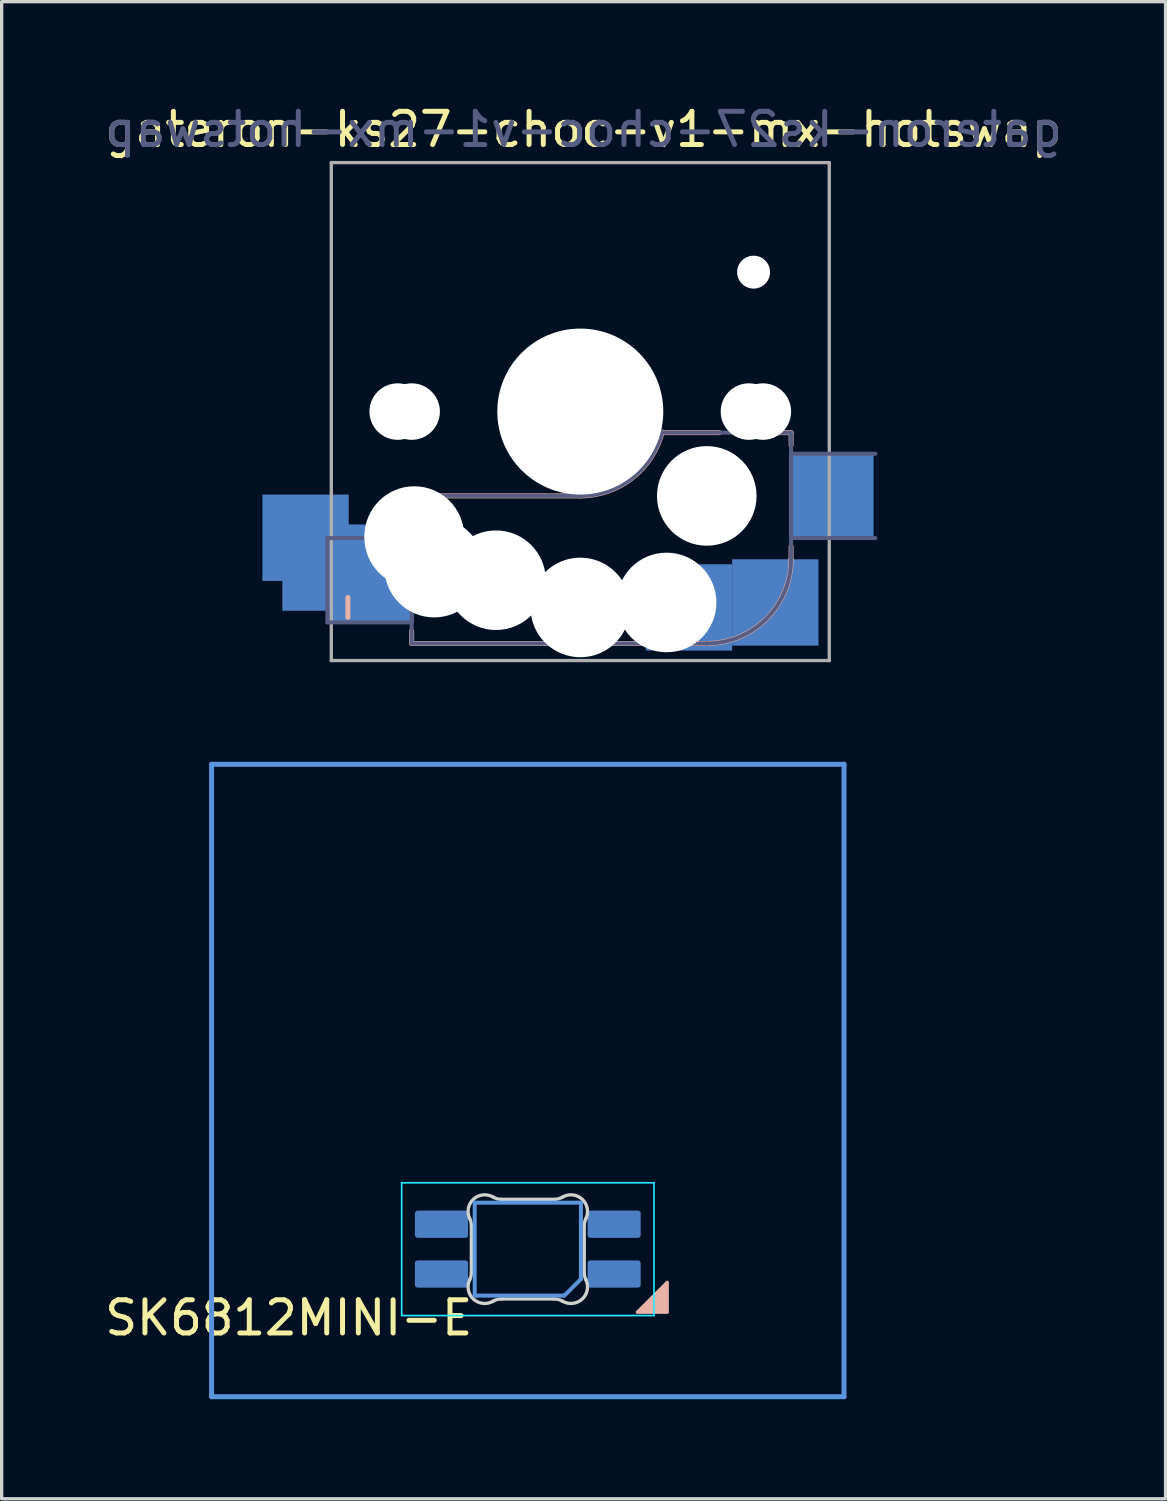
<source format=kicad_pcb>
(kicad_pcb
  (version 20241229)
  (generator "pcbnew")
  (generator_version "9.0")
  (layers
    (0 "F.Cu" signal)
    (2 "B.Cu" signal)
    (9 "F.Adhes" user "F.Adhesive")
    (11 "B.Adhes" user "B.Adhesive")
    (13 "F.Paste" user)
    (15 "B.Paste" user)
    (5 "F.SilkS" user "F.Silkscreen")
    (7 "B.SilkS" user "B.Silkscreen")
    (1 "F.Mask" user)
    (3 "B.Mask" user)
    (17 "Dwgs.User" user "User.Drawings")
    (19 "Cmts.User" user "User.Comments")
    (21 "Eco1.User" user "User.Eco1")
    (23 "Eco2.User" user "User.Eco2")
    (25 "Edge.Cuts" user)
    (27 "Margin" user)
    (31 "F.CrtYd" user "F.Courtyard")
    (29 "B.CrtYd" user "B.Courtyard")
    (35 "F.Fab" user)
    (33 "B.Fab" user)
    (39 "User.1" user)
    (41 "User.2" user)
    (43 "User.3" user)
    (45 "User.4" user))
  (footprint "gateron-ks27-choc-v1-mx-hotswap"
    (layer "F.Cu")
    (at 14.43 9.348)
    (property "Reference" "gateron-ks27-choc-v1-mx-hotswap" (at 0.1 -8.5 0) (unlocked yes) (layer "F.SilkS") (effects (font (size 1 1) (thickness 0.15))))
    (attr through_hole)
    (fp_line (start -7 5.6) (end -7 6.2) (stroke (width 0.15) (type solid)) (layer "B.SilkS"))
    (fp_line (start -5.08 2.54) (end 0 2.54) (stroke (width 0.15) (type solid)) (layer "B.SilkS"))
    (fp_line (start -5.08 3.556) (end -5.08 2.54) (stroke (width 0.15) (type solid)) (layer "B.SilkS"))
    (fp_line (start -5.08 6.985) (end -5.08 6.604) (stroke (width 0.15) (type solid)) (layer "B.SilkS"))
    (fp_line (start 2.464 0.635) (end 4.191 0.635) (stroke (width 0.15) (type solid)) (layer "B.SilkS"))
    (fp_line (start 3.81 6.985) (end -5.08 6.985) (stroke (width 0.15) (type solid)) (layer "B.SilkS"))
    (fp_line (start 5.969 0.635) (end 6.35 0.635) (stroke (width 0.15) (type solid)) (layer "B.SilkS"))
    (fp_line (start 6.35 1.016) (end 6.35 0.635) (stroke (width 0.15) (type solid)) (layer "B.SilkS"))
    (fp_line (start 6.35 4.445) (end 6.35 4.064) (stroke (width 0.15) (type solid)) (layer "B.SilkS"))
    (fp_arc (start 2.464162 0.61604) (mid 1.563147 2.002042) (end 0 2.54) (stroke (width 0.15) (type solid)) (layer "B.SilkS"))
    (fp_arc (start 6.35 4.445) (mid 5.606051 6.241051) (end 3.81 6.985) (stroke (width 0.15) (type solid)) (layer "B.SilkS"))
    (fp_line (start -7 -7) (end -7 7) (stroke (width 0.12) (type solid)) (layer "Eco2.User"))
    (fp_line (start -7 7) (end 7 7) (stroke (width 0.12) (type solid)) (layer "Eco2.User"))
    (fp_line (start -3.2 -6.3) (end -3.2 -3.1) (stroke (width 0.12) (type solid)) (layer "Eco2.User"))
    (fp_line (start 1.8 -6.3) (end -3.2 -6.3) (stroke (width 0.12) (type solid)) (layer "Eco2.User"))
    (fp_line (start 1.8 -6.3) (end 1.8 -3.1) (stroke (width 0.12) (type solid)) (layer "Eco2.User"))
    (fp_line (start 1.8 -3.1) (end -3.2 -3.1) (stroke (width 0.12) (type solid)) (layer "Eco2.User"))
    (fp_line (start 7 -7) (end -7 -7) (stroke (width 0.12) (type solid)) (layer "Eco2.User"))
    (fp_line (start 7 7) (end 7 -7) (stroke (width 0.12) (type solid)) (layer "Eco2.User"))
    (fp_line (start -7.62 3.81) (end -5.08 3.81) (stroke (width 0.12) (type solid)) (layer "B.Fab"))
    (fp_line (start -7.62 6.35) (end -7.62 3.81) (stroke (width 0.12) (type solid)) (layer "B.Fab"))
    (fp_line (start -5.08 2.54) (end 0 2.54) (stroke (width 0.12) (type solid)) (layer "B.Fab"))
    (fp_line (start -5.08 6.35) (end -7.62 6.35) (stroke (width 0.12) (type solid)) (layer "B.Fab"))
    (fp_line (start -5.08 6.985) (end -5.08 2.54) (stroke (width 0.12) (type solid)) (layer "B.Fab"))
    (fp_line (start 3.81 6.985) (end -5.08 6.985) (stroke (width 0.12) (type solid)) (layer "B.Fab"))
    (fp_line (start 6.35 0.635) (end 2.54 0.635) (stroke (width 0.12) (type solid)) (layer "B.Fab"))
    (fp_line (start 6.35 0.635) (end 6.35 4.445) (stroke (width 0.12) (type solid)) (layer "B.Fab"))
    (fp_line (start 6.35 1.27) (end 8.89 1.27) (stroke (width 0.12) (type solid)) (layer "B.Fab"))
    (fp_line (start 8.89 3.81) (end 6.35 3.81) (stroke (width 0.12) (type solid)) (layer "B.Fab"))
    (fp_arc (start 2.464162 0.61604) (mid 1.563147 2.002042) (end 0 2.54) (stroke (width 0.12) (type solid)) (layer "B.Fab"))
    (fp_arc (start 6.35 4.445) (mid 5.606051 6.241051) (end 3.81 6.985) (stroke (width 0.12) (type solid)) (layer "B.Fab"))
    (fp_line (start -7.5 -7.5) (end -7.5 7.5) (stroke (width 0.1) (type solid)) (layer "F.Fab"))
    (fp_line (start -7.5 7.5) (end 7.5 7.5) (stroke (width 0.1) (type solid)) (layer "F.Fab"))
    (fp_line (start 7.5 -7.5) (end -7.5 -7.5) (stroke (width 0.1) (type solid)) (layer "F.Fab"))
    (fp_line (start 7.5 7.5) (end 7.5 -7.5) (stroke (width 0.1) (type solid)) (layer "F.Fab"))
    (fp_text user "${REFERENCE}" (at 0.1 -8.5 0) (layer "B.Fab") (effects (font (size 1 1) (thickness 0.15)) (justify mirror)))
    (pad "" np_thru_hole circle (at -5.5 0) (size 1.702 1.702) (drill 1.702) (layers "*.Cu" "*.Mask"))
    (pad "" np_thru_hole circle (at -5.08 0 180) (size 1.702 1.702) (drill 1.702) (layers "*.Cu" "*.Mask"))
    (pad "" np_thru_hole circle (at -5 3.75) (size 3 3) (drill 3) (layers "*.Cu" "*.Mask"))
    (pad "" np_thru_hole circle (at -5 3.8) (size 3 3) (drill 3) (layers "*.Cu" "*.Mask"))
    (pad "" np_thru_hole circle (at -4.4 4.7) (size 3 3) (drill 3) (layers "*.Cu" "*.Mask"))
    (pad "" np_thru_hole circle (at -2.54 5.08 180) (size 3 3) (drill 3) (layers "*.Cu" "*.Mask"))
    (pad "" np_thru_hole circle (at 0 0 180) (size 3.988 3.988) (drill 3.988) (layers "*.Cu" "*.Mask"))
    (pad "" np_thru_hole circle (at 0 0) (size 5 5) (drill 5) (layers "*.Cu" "*.Mask"))
    (pad "" np_thru_hole circle (at 0 5.9) (size 3 3) (drill 3) (layers "*.Cu" "*.Mask"))
    (pad "" np_thru_hole circle (at 2.6 5.75) (size 3 3) (drill 3) (layers "*.Cu" "*.Mask"))
    (pad "" np_thru_hole circle (at 3.81 2.54 180) (size 3 3) (drill 3) (layers "*.Cu" "*.Mask"))
    (pad "" np_thru_hole circle (at 5.08 0 180) (size 1.702 1.702) (drill 1.702) (layers "*.Cu" "*.Mask"))
    (pad "" np_thru_hole circle (at 5.22 -4.2) (size 0.991 0.991) (drill 0.991) (layers "*.Cu" "*.Mask"))
    (pad "" np_thru_hole circle (at 5.5 0) (size 1.702 1.702) (drill 1.702) (layers "*.Cu" "*.Mask"))
    (pad "1" smd rect (at -8.275 3.8) (size 2.6 2.6) (layers "B.Cu" "B.Mask" "B.Paste"))
    (pad "1" smd rect (at -7.675 4.7) (size 2.6 2.6) (layers "B.Cu" "B.Mask" "B.Paste"))
    (pad "1" smd rect (at -6.29 5.08 180) (size 2.55 2.5) (layers "B.Cu" "B.Mask" "B.Paste"))
    (pad "2" smd rect (at 3.275 5.9) (size 2.6 2.6) (layers "B.Cu" "B.Mask" "B.Paste"))
    (pad "2" smd rect (at 5.875 5.75) (size 2.6 2.6) (layers "B.Cu" "B.Mask" "B.Paste"))
    (pad "2" smd rect (at 7.56 2.54 180) (size 2.55 2.5) (layers "B.Cu" "B.Mask" "B.Paste")))
  (footprint "SK6812MINI-E"
    (layer "F.Cu")
    (at 12.849 29.498)
    (property "Reference" "SK6812MINI-E" (at -7.2 7.15 0) (layer "F.SilkS") (effects (font (size 1 1) (thickness 0.15))))
    (attr through_hole)
    (fp_poly (pts (xy 4.2 6.08) (xy 3.3 6.98) (xy 4.2 6.98)) (stroke (width 0.1) (type solid)) (fill yes) (layer "B.SilkS"))
    (fp_line (start -9.525 -9.525) (end 9.525 -9.525) (stroke (width 0.15) (type solid)) (layer "Cmts.User"))
    (fp_line (start -9.525 9.525) (end -9.525 -9.525) (stroke (width 0.15) (type solid)) (layer "Cmts.User"))
    (fp_line (start -1.6 3.68) (end -1.6 6.48) (stroke (width 0.12) (type solid)) (layer "Cmts.User"))
    (fp_line (start -1.6 6.48) (end 1.1 6.48) (stroke (width 0.12) (type solid)) (layer "Cmts.User"))
    (fp_line (start 1.6 3.68) (end -1.6 3.68) (stroke (width 0.12) (type solid)) (layer "Cmts.User"))
    (fp_line (start 1.6 5.98) (end 1.1 6.48) (stroke (width 0.12) (type solid)) (layer "Cmts.User"))
    (fp_line (start 1.6 5.98) (end 1.6 3.68) (stroke (width 0.12) (type solid)) (layer "Cmts.User"))
    (fp_line (start 9.525 -9.525) (end 9.525 9.525) (stroke (width 0.15) (type solid)) (layer "Cmts.User"))
    (fp_line (start 9.525 9.525) (end -9.525 9.525) (stroke (width 0.15) (type solid)) (layer "Cmts.User"))
    (fp_line (start -1.7 5.783) (end -1.7 4.377) (stroke (width 0.1) (type solid)) (layer "Edge.Cuts"))
    (fp_line (start -0.794 3.58) (end 0.794 3.58) (stroke (width 0.1) (type solid)) (layer "Edge.Cuts"))
    (fp_line (start 0.794 6.58) (end -0.794 6.58) (stroke (width 0.1) (type solid)) (layer "Edge.Cuts"))
    (fp_line (start 1.7 4.377) (end 1.7 5.783) (stroke (width 0.1) (type solid)) (layer "Edge.Cuts"))
    (fp_arc (start -1.749484 4.160279) (mid -1.712527 4.265931) (end -1.699999 4.377157) (stroke (width 0.1) (type solid)) (layer "Edge.Cuts"))
    (fp_arc (start -1.749484 4.160279) (mid -1.638071 3.575964) (end -1.046711 3.5117) (stroke (width 0.1) (type solid)) (layer "Edge.Cuts"))
    (fp_arc (start -1.699999 5.782842) (mid -1.712527 5.894067) (end -1.749484 5.999719) (stroke (width 0.1) (type solid)) (layer "Edge.Cuts"))
    (fp_arc (start -1.046711 6.648296) (mid -1.63807 6.584033) (end -1.749484 5.999719) (stroke (width 0.1) (type solid)) (layer "Edge.Cuts"))
    (fp_arc (start -1.04671 6.648298) (mid -0.925122 6.597376) (end -0.794452 6.579999) (stroke (width 0.1) (type solid)) (layer "Edge.Cuts"))
    (fp_arc (start -0.794453 3.579999) (mid -0.925123 3.562622) (end -1.046711 3.5117) (stroke (width 0.1) (type solid)) (layer "Edge.Cuts"))
    (fp_arc (start 0.794452 6.579999) (mid 0.925123 6.597376) (end 1.046711 6.648298) (stroke (width 0.1) (type solid)) (layer "Edge.Cuts"))
    (fp_arc (start 1.046711 3.511701) (mid 0.925123 3.562623) (end 0.794453 3.58) (stroke (width 0.1) (type solid)) (layer "Edge.Cuts"))
    (fp_arc (start 1.046711 3.511701) (mid 1.63807 3.575965) (end 1.749484 4.160279) (stroke (width 0.1) (type solid)) (layer "Edge.Cuts"))
    (fp_arc (start 1.699999 4.377156) (mid 1.712527 4.265931) (end 1.749484 4.160279) (stroke (width 0.1) (type solid)) (layer "Edge.Cuts"))
    (fp_arc (start 1.749484 5.999718) (mid 1.638072 6.584034) (end 1.046711 6.648298) (stroke (width 0.1) (type solid)) (layer "Edge.Cuts"))
    (fp_arc (start 1.749484 5.999719) (mid 1.712527 5.894067) (end 1.699999 5.782841) (stroke (width 0.1) (type solid)) (layer "Edge.Cuts"))
    (fp_line (start -3.8 3.08) (end -3.8 7.08) (stroke (width 0.05) (type solid)) (layer "B.CrtYd"))
    (fp_line (start -3.8 7.08) (end 3.8 7.08) (stroke (width 0.05) (type solid)) (layer "B.CrtYd"))
    (fp_line (start 3.8 3.08) (end -3.8 3.08) (stroke (width 0.05) (type solid)) (layer "B.CrtYd"))
    (fp_line (start 3.8 7.08) (end 3.8 3.08) (stroke (width 0.05) (type solid)) (layer "B.CrtYd"))
    (pad "1" smd roundrect (at -2.6 4.33 270) (size 0.82 1.6) (layers "B.Cu" "B.Mask" "B.Paste") (roundrect_rratio 0.1))
    (pad "2" smd roundrect (at -2.6 5.83 270) (size 0.82 1.6) (layers "B.Cu" "B.Mask" "B.Paste") (roundrect_rratio 0.1))
    (pad "3" smd roundrect (at 2.6 5.83 270) (size 0.82 1.6) (layers "B.Cu" "B.Mask" "B.Paste") (roundrect_rratio 0.1))
    (pad "4" smd roundrect (at 2.6 4.33 270) (size 0.82 1.6) (layers "B.Cu" "B.Mask" "B.Paste") (roundrect_rratio 0.1)))
  (gr_rect
    (start -3 -3)
    (end 32.06 42.098)
    (stroke (width 0.1) (type default))
    (fill no)
    (layer "Edge.Cuts")))
</source>
